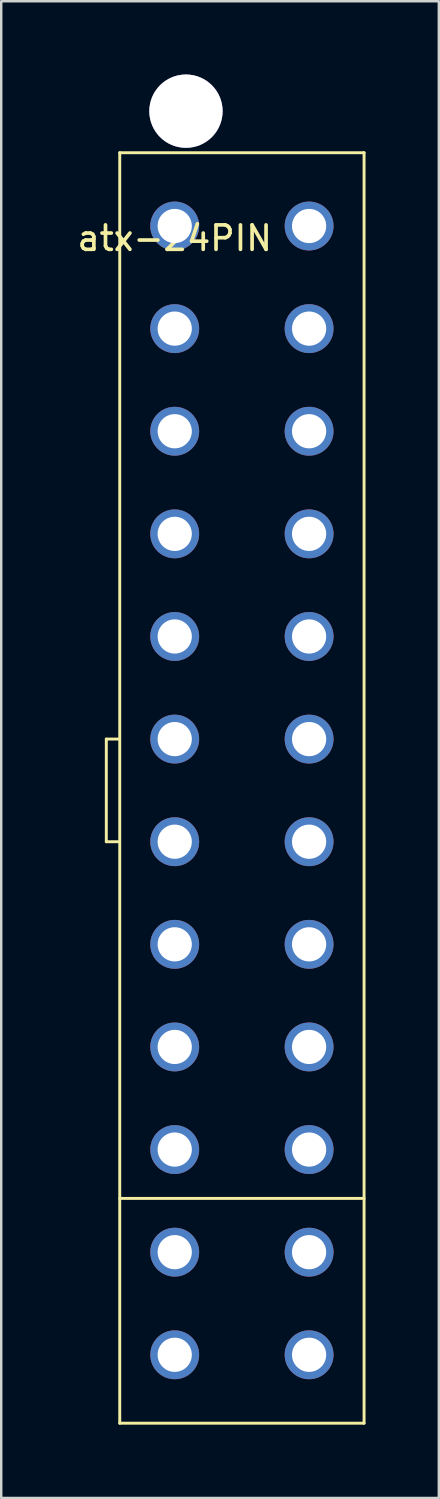
<source format=kicad_pcb>
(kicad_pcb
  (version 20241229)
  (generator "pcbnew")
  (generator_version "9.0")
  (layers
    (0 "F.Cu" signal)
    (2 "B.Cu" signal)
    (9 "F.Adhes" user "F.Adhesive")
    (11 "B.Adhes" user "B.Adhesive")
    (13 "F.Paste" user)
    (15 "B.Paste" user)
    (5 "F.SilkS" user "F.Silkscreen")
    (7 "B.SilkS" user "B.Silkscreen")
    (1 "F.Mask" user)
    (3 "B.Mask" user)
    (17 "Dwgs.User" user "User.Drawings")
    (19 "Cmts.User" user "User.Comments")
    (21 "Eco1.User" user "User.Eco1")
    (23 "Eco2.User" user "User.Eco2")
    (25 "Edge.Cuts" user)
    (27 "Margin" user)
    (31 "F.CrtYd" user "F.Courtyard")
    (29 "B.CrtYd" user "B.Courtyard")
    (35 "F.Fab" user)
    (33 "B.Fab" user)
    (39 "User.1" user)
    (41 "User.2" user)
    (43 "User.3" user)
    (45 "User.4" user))
  (footprint "atx-24PIN"
    (layer "F.Cu")
    (at 4.101 6.2)
    (property "Reference" "atx-24PIN" (at 0 0.5 0) (layer "F.SilkS") (effects (font (size 1 1) (thickness 0.15))))
    (attr through_hole)
    (fp_line (start -2.8 21) (end -2.8 25.2) (stroke (width 0.12) (type solid)) (layer "F.SilkS"))
    (fp_line (start -2.8 25.2) (end -2.3 25.2) (stroke (width 0.12) (type solid)) (layer "F.SilkS"))
    (fp_line (start -2.3 21) (end -2.8 21) (stroke (width 0.12) (type solid)) (layer "F.SilkS"))
    (fp_line (start -2.25 -3) (end -2.25 49) (stroke (width 0.12) (type solid)) (layer "F.SilkS"))
    (fp_line (start -2.25 39.8) (end 7.75 39.8) (stroke (width 0.12) (type solid)) (layer "F.SilkS"))
    (fp_line (start -2.25 49) (end 7.75 49) (stroke (width 0.12) (type solid)) (layer "F.SilkS"))
    (fp_line (start 7.75 -3) (end -2.25 -3) (stroke (width 0.12) (type solid)) (layer "F.SilkS"))
    (fp_line (start 7.75 49) (end 7.75 -3) (stroke (width 0.12) (type solid)) (layer "F.SilkS"))
    (pad "0" thru_hole circle (at 0.46 -4.7) (size 3 3) (drill 3) (layers "*.Cu" "*.Mask"))
    (pad "1" thru_hole circle (at 0 0) (size 2 2) (drill 1.4) (layers "*.Cu" "*.Mask"))
    (pad "2" thru_hole circle (at 0 4.2) (size 2 2) (drill 1.4) (layers "*.Cu" "*.Mask"))
    (pad "3" thru_hole circle (at 0 8.4) (size 2 2) (drill 1.4) (layers "*.Cu" "*.Mask"))
    (pad "4" thru_hole circle (at 0 12.6) (size 2 2) (drill 1.4) (layers "*.Cu" "*.Mask"))
    (pad "5" thru_hole circle (at 0 16.8) (size 2 2) (drill 1.4) (layers "*.Cu" "*.Mask"))
    (pad "6" thru_hole circle (at 0 21) (size 2 2) (drill 1.4) (layers "*.Cu" "*.Mask"))
    (pad "7" thru_hole circle (at 0 25.2) (size 2 2) (drill 1.4) (layers "*.Cu" "*.Mask"))
    (pad "8" thru_hole circle (at 0 29.4) (size 2 2) (drill 1.4) (layers "*.Cu" "*.Mask"))
    (pad "9" thru_hole circle (at 0 33.6) (size 2 2) (drill 1.4) (layers "*.Cu" "*.Mask"))
    (pad "10" thru_hole circle (at 0 37.8) (size 2 2) (drill 1.4) (layers "*.Cu" "*.Mask"))
    (pad "11" thru_hole circle (at 0 42) (size 2 2) (drill 1.4) (layers "*.Cu" "*.Mask"))
    (pad "12" thru_hole circle (at 0 46.2) (size 2 2) (drill 1.4) (layers "*.Cu" "*.Mask"))
    (pad "13" thru_hole circle (at 5.5 0) (size 2 2) (drill 1.4) (layers "*.Cu" "*.Mask"))
    (pad "14" thru_hole circle (at 5.5 4.2) (size 2 2) (drill 1.4) (layers "*.Cu" "*.Mask"))
    (pad "15" thru_hole circle (at 5.5 8.4) (size 2 2) (drill 1.4) (layers "*.Cu" "*.Mask"))
    (pad "16" thru_hole circle (at 5.5 12.6) (size 2 2) (drill 1.4) (layers "*.Cu" "*.Mask"))
    (pad "17" thru_hole circle (at 5.5 16.8) (size 2 2) (drill 1.4) (layers "*.Cu" "*.Mask"))
    (pad "18" thru_hole circle (at 5.5 21) (size 2 2) (drill 1.4) (layers "*.Cu" "*.Mask"))
    (pad "19" thru_hole circle (at 5.5 25.2) (size 2 2) (drill 1.4) (layers "*.Cu" "*.Mask"))
    (pad "20" thru_hole circle (at 5.5 29.4) (size 2 2) (drill 1.4) (layers "*.Cu" "*.Mask"))
    (pad "21" thru_hole circle (at 5.5 33.6) (size 2 2) (drill 1.4) (layers "*.Cu" "*.Mask"))
    (pad "22" thru_hole circle (at 5.5 37.8) (size 2 2) (drill 1.4) (layers "*.Cu" "*.Mask"))
    (pad "23" thru_hole circle (at 5.5 42) (size 2 2) (drill 1.4) (layers "*.Cu" "*.Mask"))
    (pad "24" thru_hole circle (at 5.5 46.2) (size 2 2) (drill 1.4) (layers "*.Cu" "*.Mask")))
  (gr_rect
    (start -3 -3)
    (end 14.911 58.26)
    (stroke (width 0.1) (type default))
    (fill no)
    (layer "Edge.Cuts")))
</source>
